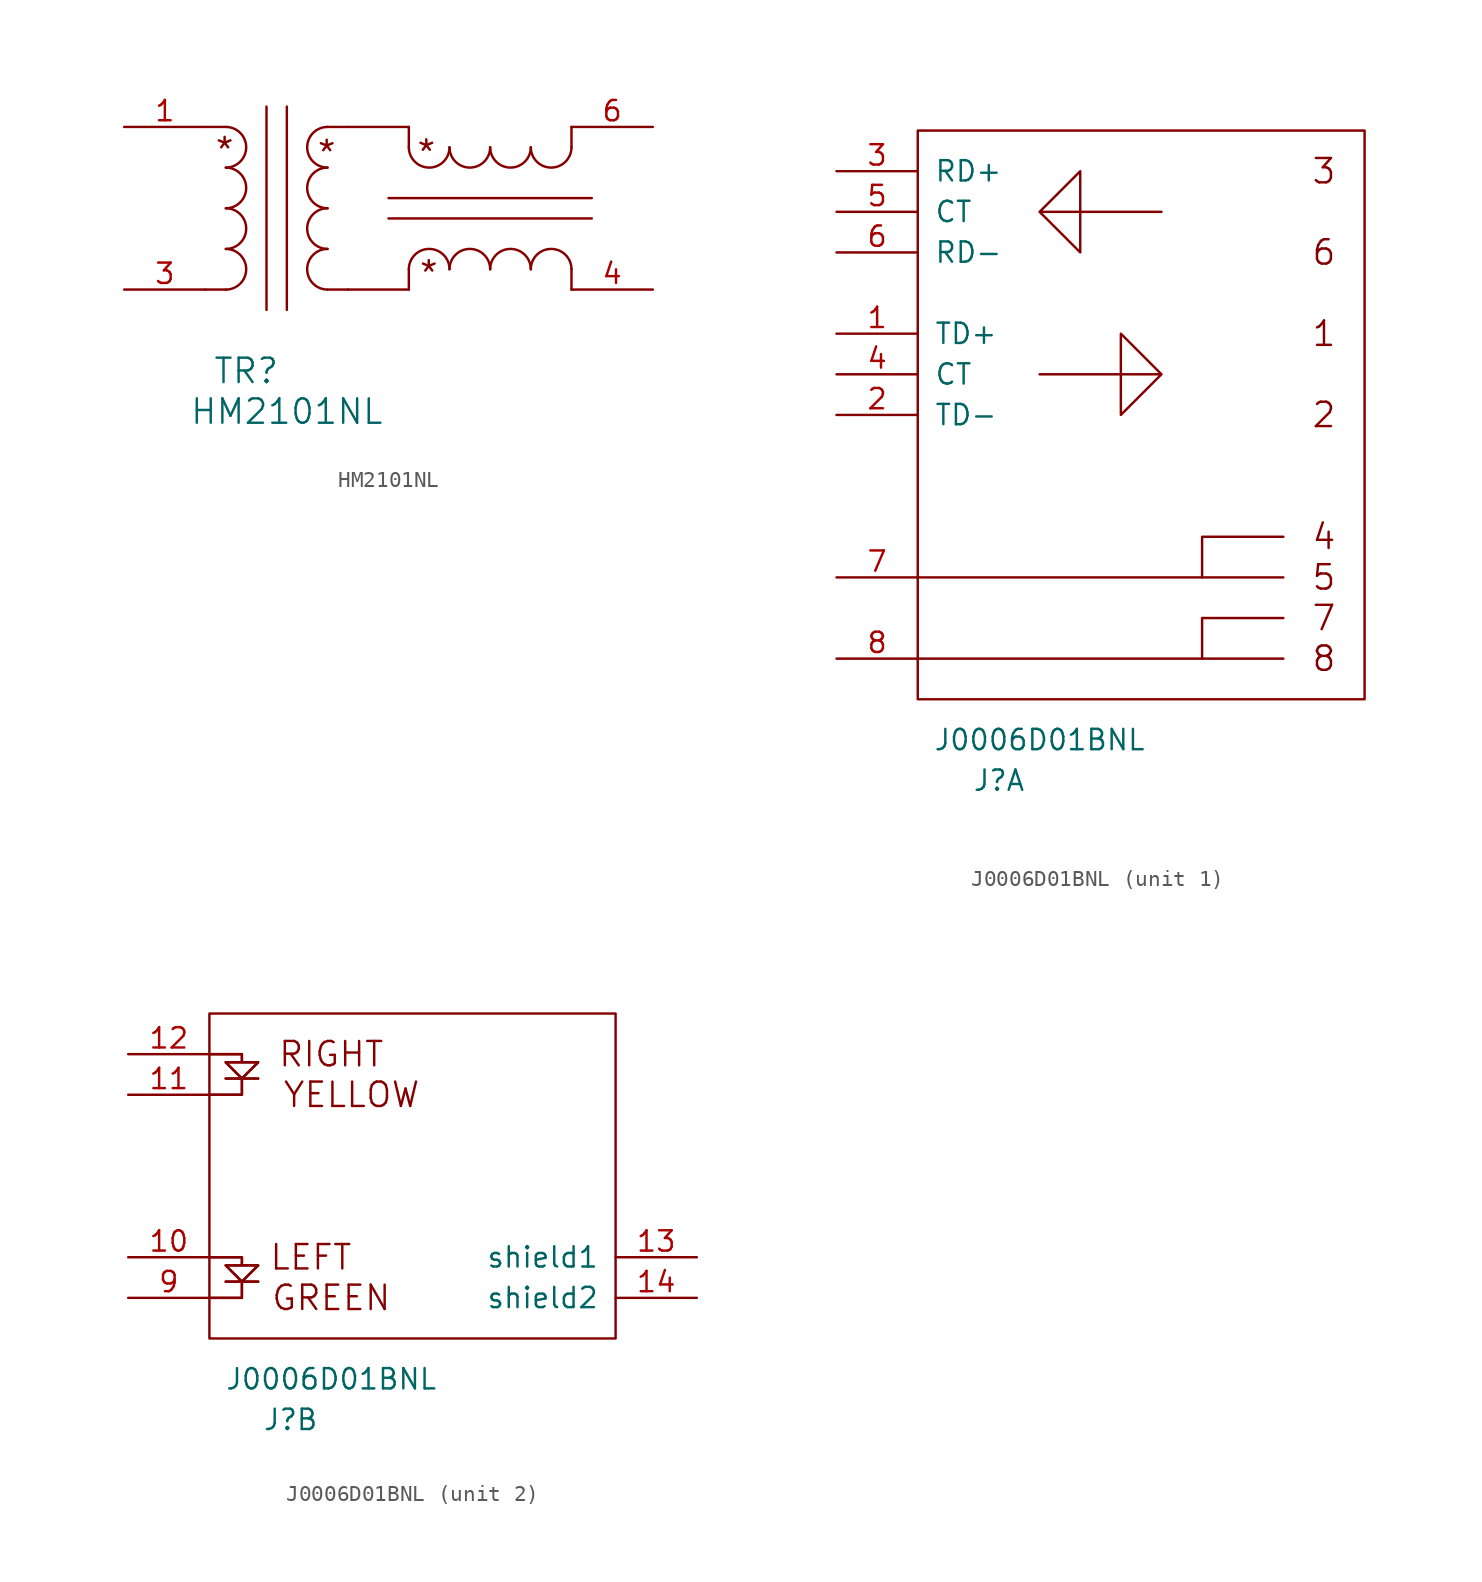
<source format=kicad_sym>
(kicad_symbol_lib
  (version 20220914)
  (generator kicad_symbol_editor)
  (symbol "HM2101NL"
    (pin_names
      (offset 1.016) hide)
    (property "Reference" "TR"
      (at 2.54 -2.54 0)
      (effects (font (size 1.524 1.524))))
    (property "Value" "HM2101NL"
      (at 5.08 -5.08 0)
      (effects (font (size 1.524 1.524))))
    (symbol "HM2101NL_0_0"
      (text "*" (at 1.194 11.252 0) (effects (font (size 1.524 1.524))))
      (text "*" (at 7.569 11.074 0) (effects (font (size 1.524 1.524))))
      (text "*" (at 13.792 11.1 0) (effects (font (size 1.524 1.524))))
      (text "*" (at 13.945 3.556 0) (effects (font (size 1.524 1.524)))))
    (symbol "HM2101NL_0_1"
      (polyline (pts (xy 12.7 2.54) (xy 8.89 2.54)) (stroke (width 0) (type solid)) (fill (type none)))
      (polyline (pts (xy 12.7 12.7) (xy 8.89 12.7)) (stroke (width 0) (type solid)) (fill (type none))))
    (symbol "HM2101NL_1_1"
      (polyline (pts (xy 0 2.54) (xy 1.27 2.54)) (stroke (width 0) (type solid)) (fill (type none)))
      (polyline (pts (xy 0 12.7) (xy 1.27 12.7)) (stroke (width 0) (type solid)) (fill (type none)))
      (polyline (pts (xy 3.81 13.97) (xy 3.81 1.27)) (stroke (width 0) (type solid)) (fill (type none)))
      (polyline (pts (xy 5.08 13.97) (xy 5.08 1.27)) (stroke (width 0) (type solid)) (fill (type none)))
      (polyline (pts (xy 8.89 2.54) (xy 7.62 2.54)) (stroke (width 0) (type solid)) (fill (type none)))
      (polyline (pts (xy 8.89 12.7) (xy 7.62 12.7)) (stroke (width 0) (type solid)) (fill (type none)))
      (polyline (pts (xy 11.43 6.985) (xy 24.13 6.985)) (stroke (width 0) (type solid)) (fill (type none)))
      (polyline (pts (xy 11.43 8.255) (xy 24.13 8.255)) (stroke (width 0) (type solid)) (fill (type none)))
      (polyline (pts (xy 12.7 2.54) (xy 12.7 3.81)) (stroke (width 0) (type solid)) (fill (type none)))
      (polyline (pts (xy 12.7 12.7) (xy 12.7 11.43)) (stroke (width 0) (type solid)) (fill (type none)))
      (polyline (pts (xy 22.86 2.54) (xy 22.86 3.81)) (stroke (width 0) (type solid)) (fill (type none)))
      (polyline (pts (xy 22.86 12.7) (xy 22.86 11.43)) (stroke (width 0) (type solid)) (fill (type none)))
      (arc (start 1.27 2.54) (mid 2.5345 3.81) (end 1.27 5.08) (stroke (width 0) (type solid)) (fill (type none)))
      (arc (start 1.27 5.08) (mid 2.5345 6.35) (end 1.27 7.62) (stroke (width 0) (type solid)) (fill (type none)))
      (arc (start 1.27 7.62) (mid 2.5345 8.89) (end 1.27 10.16) (stroke (width 0) (type solid)) (fill (type none)))
      (arc (start 1.27 10.16) (mid 2.5345 11.43) (end 1.27 12.7) (stroke (width 0) (type solid)) (fill (type none)))
      (arc (start 7.62 5.08) (mid 6.3555 3.81) (end 7.62 2.54) (stroke (width 0) (type solid)) (fill (type none)))
      (arc (start 7.62 7.62) (mid 6.3555 6.35) (end 7.62 5.08) (stroke (width 0) (type solid)) (fill (type none)))
      (arc (start 7.62 10.16) (mid 6.3555 8.89) (end 7.62 7.62) (stroke (width 0) (type solid)) (fill (type none)))
      (arc (start 7.62 12.7) (mid 6.3555 11.43) (end 7.62 10.16) (stroke (width 0) (type solid)) (fill (type none)))
      (arc (start 12.7 11.43) (mid 13.97 10.1655) (end 15.24 11.43) (stroke (width 0) (type solid)) (fill (type none)))
      (arc (start 15.24 3.81) (mid 13.97 5.0745) (end 12.7 3.81) (stroke (width 0) (type solid)) (fill (type none)))
      (arc (start 15.24 11.43) (mid 16.51 10.1655) (end 17.78 11.43) (stroke (width 0) (type solid)) (fill (type none)))
      (arc (start 17.78 3.81) (mid 16.51 5.0745) (end 15.24 3.81) (stroke (width 0) (type solid)) (fill (type none)))
      (arc (start 17.78 11.43) (mid 19.05 10.1655) (end 20.32 11.43) (stroke (width 0) (type solid)) (fill (type none)))
      (arc (start 20.32 3.81) (mid 19.05 5.0745) (end 17.78 3.81) (stroke (width 0) (type solid)) (fill (type none)))
      (arc (start 20.32 11.43) (mid 21.59 10.1655) (end 22.86 11.43) (stroke (width 0) (type solid)) (fill (type none)))
      (arc (start 22.86 3.81) (mid 21.59 5.0745) (end 20.32 3.81) (stroke (width 0) (type solid)) (fill (type none)))
      (pin passive line (at -5.08 12.7 0) (length 5.08) (name "1" (effects (font (size 1.27 1.27)))) (number "1" (effects (font (size 1.27 1.27)))))
      (pin passive line (at -5.08 2.54 0) (length 5.08) (name "3" (effects (font (size 1.27 1.27)))) (number "3" (effects (font (size 1.27 1.27)))))
      (pin passive line (at 27.94 2.54 180) (length 5.08) (name "4" (effects (font (size 1.27 1.27)))) (number "4" (effects (font (size 1.27 1.27)))))
      (pin passive line (at 27.94 12.7 180) (length 5.08) (name "6" (effects (font (size 1.27 1.27)))) (number "6" (effects (font (size 1.27 1.27)))))))
  (symbol "J0006D01BNL"
    (pin_names
      (offset 1.016))
    (property "Reference" "J"
      (at 5.08 -5.08 0)
      (effects (font (size 1.27 1.27))))
    (property "Value" "J0006D01BNL"
      (at 7.62 -2.54 0)
      (effects (font (size 1.27 1.27))))
    (property "Footprint" ""
      (at 1.27 20.32 90)
      (effects (font (size 1.27 1.27))))
    (property "Datasheet" ""
      (at 1.27 20.32 90)
      (effects (font (size 1.27 1.27))))
    (property "ki_locked" ""
      (at 0 0 0)
      (effects (font (size 1.27 1.27))))
    (symbol "J0006D01BNL_1_0"
      (polyline (pts (xy 0 2.54) (xy 22.86 2.54)) (stroke (width 0) (type solid)) (fill (type none)))
      (polyline (pts (xy 0 7.62) (xy 22.86 7.62)) (stroke (width 0) (type solid)) (fill (type none)))
      (polyline (pts (xy 22.86 5.08) (xy 17.78 5.08) (xy 17.78 2.54)) (stroke (width 0) (type solid)) (fill (type none)))
      (polyline (pts (xy 22.86 10.16) (xy 17.78 10.16) (xy 17.78 7.62)) (stroke (width 0) (type solid)) (fill (type none)))
      (polyline (pts (xy 7.62 20.32) (xy 15.24 20.32) (xy 12.7 22.86) (xy 12.7 17.78) (xy 15.24 20.32)) (stroke (width 0) (type solid)) (fill (type none)))
      (polyline (pts (xy 15.24 30.48) (xy 7.62 30.48) (xy 10.16 33.02) (xy 10.16 27.94) (xy 7.62 30.48)) (stroke (width 0) (type solid)) (fill (type none)))
      (text "1" (at 25.4 22.86 0) (effects (font (size 1.524 1.524))))
      (text "2" (at 25.4 17.78 0) (effects (font (size 1.524 1.524))))
      (text "3" (at 25.4 33.02 0) (effects (font (size 1.524 1.524))))
      (text "4" (at 25.4 10.16 0) (effects (font (size 1.524 1.524))))
      (text "5" (at 25.4 7.62 0) (effects (font (size 1.524 1.524))))
      (text "6" (at 25.4 27.94 0) (effects (font (size 1.524 1.524))))
      (text "7" (at 25.4 5.08 0) (effects (font (size 1.524 1.524))))
      (text "8" (at 25.4 2.54 0) (effects (font (size 1.524 1.524)))))
    (symbol "J0006D01BNL_1_1"
      (rectangle (start 0 0) (end 27.94 35.56) (stroke (width 0) (type solid)) (fill (type none)))
      (pin passive line (at -5.08 22.86 0) (length 5.08) (name "TD+" (effects (font (size 1.27 1.27)))) (number "1" (effects (font (size 1.27 1.27)))))
      (pin passive line (at -5.08 17.78 0) (length 5.08) (name "TD-" (effects (font (size 1.27 1.27)))) (number "2" (effects (font (size 1.27 1.27)))))
      (pin passive line (at -5.08 33.02 0) (length 5.08) (name "RD+" (effects (font (size 1.27 1.27)))) (number "3" (effects (font (size 1.27 1.27)))))
      (pin passive line (at -5.08 20.32 0) (length 5.08) (name "CT" (effects (font (size 1.27 1.27)))) (number "4" (effects (font (size 1.27 1.27)))))
      (pin passive line (at -5.08 30.48 0) (length 5.08) (name "CT" (effects (font (size 1.27 1.27)))) (number "5" (effects (font (size 1.27 1.27)))))
      (pin passive line (at -5.08 27.94 0) (length 5.08) (name "RD-" (effects (font (size 1.27 1.27)))) (number "6" (effects (font (size 1.27 1.27)))))
      (pin passive line (at -5.08 7.62 0) (length 5.08) (name "~" (effects (font (size 1.27 1.27)))) (number "7" (effects (font (size 1.27 1.27)))))
      (pin passive line (at -5.08 2.54 0) (length 5.08) (name "~" (effects (font (size 1.27 1.27)))) (number "8" (effects (font (size 1.27 1.27))))))
    (symbol "J0006D01BNL_2_0"
      (polyline (pts (xy 1.016 3.556) (xy 3.048 3.556)) (stroke (width 0) (type solid)) (fill (type none)))
      (polyline (pts (xy 1.016 3.556) (xy 3.048 3.556)) (stroke (width 0) (type solid)) (fill (type none)))
      (polyline (pts (xy 1.016 16.256) (xy 3.048 16.256)) (stroke (width 0) (type solid)) (fill (type none)))
      (polyline (pts (xy 1.016 16.256) (xy 3.048 16.256)) (stroke (width 0) (type solid)) (fill (type none)))
      (polyline (pts (xy 2.032 3.556) (xy 2.032 2.54) (xy 0 2.54)) (stroke (width 0) (type solid)) (fill (type none)))
      (polyline (pts (xy 2.032 3.556) (xy 2.032 2.54) (xy 0 2.54)) (stroke (width 0) (type solid)) (fill (type none)))
      (polyline (pts (xy 2.032 16.256) (xy 2.032 15.24) (xy 0 15.24)) (stroke (width 0) (type solid)) (fill (type none)))
      (polyline (pts (xy 2.032 16.256) (xy 2.032 15.24) (xy 0 15.24)) (stroke (width 0) (type solid)) (fill (type none)))
      (polyline (pts (xy 0 5.08) (xy 2.032 5.08) (xy 2.032 4.572) (xy 1.016 4.572) (xy 2.032 3.556) (xy 3.048 4.572) (xy 2.032 4.572)) (stroke (width 0) (type solid)) (fill (type none)))
      (polyline (pts (xy 0 5.08) (xy 2.032 5.08) (xy 2.032 4.572) (xy 1.016 4.572) (xy 2.032 3.556) (xy 3.048 4.572) (xy 2.032 4.572)) (stroke (width 0) (type solid)) (fill (type none)))
      (polyline (pts (xy 0 17.78) (xy 2.032 17.78) (xy 2.032 17.272) (xy 1.016 17.272) (xy 2.032 16.256) (xy 3.048 17.272) (xy 2.032 17.272)) (stroke (width 0) (type solid)) (fill (type none)))
      (polyline (pts (xy 0 17.78) (xy 2.032 17.78) (xy 2.032 17.272) (xy 1.016 17.272) (xy 2.032 16.256) (xy 3.048 17.272) (xy 2.032 17.272)) (stroke (width 0) (type solid)) (fill (type none)))
      (text "GREEN" (at 7.62 2.54 0) (effects (font (size 1.524 1.524))))
      (text "LEFT" (at 6.35 5.08 0) (effects (font (size 1.524 1.524))))
      (text "RIGHT" (at 7.62 17.78 0) (effects (font (size 1.524 1.524))))
      (text "YELLOW" (at 8.89 15.24 0) (effects (font (size 1.524 1.524)))))
    (symbol "J0006D01BNL_2_1"
      (rectangle (start 0 0) (end 25.4 20.32) (stroke (width 0) (type solid)) (fill (type none)))
      (pin passive line (at -5.08 5.08 0) (length 5.08) (name "~" (effects (font (size 1.27 1.27)))) (number "10" (effects (font (size 1.27 1.27)))))
      (pin passive line (at -5.08 15.24 0) (length 5.08) (name "~" (effects (font (size 1.27 1.27)))) (number "11" (effects (font (size 1.27 1.27)))))
      (pin passive line (at -5.08 17.78 0) (length 5.08) (name "~" (effects (font (size 1.27 1.27)))) (number "12" (effects (font (size 1.27 1.27)))))
      (pin passive line (at 30.48 5.08 180) (length 5.08) (name "shield1" (effects (font (size 1.27 1.27)))) (number "13" (effects (font (size 1.27 1.27)))))
      (pin passive line (at 30.48 2.54 180) (length 5.08) (name "shield2" (effects (font (size 1.27 1.27)))) (number "14" (effects (font (size 1.27 1.27)))))
      (pin passive line (at -5.08 2.54 0) (length 5.08) (name "~" (effects (font (size 1.27 1.27)))) (number "9" (effects (font (size 1.27 1.27))))))))
</source>
